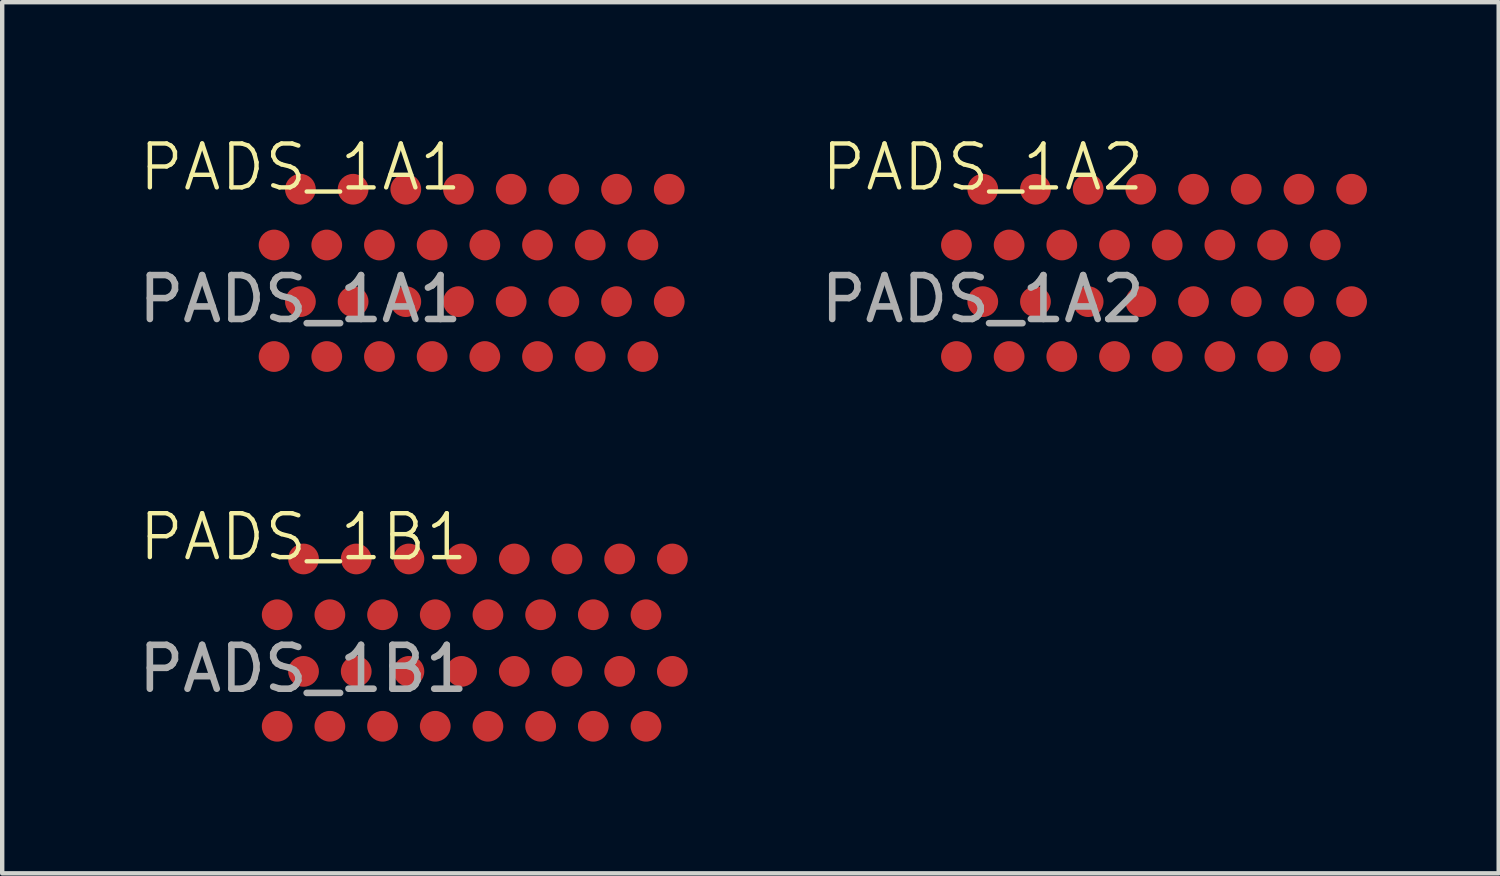
<source format=kicad_pcb>
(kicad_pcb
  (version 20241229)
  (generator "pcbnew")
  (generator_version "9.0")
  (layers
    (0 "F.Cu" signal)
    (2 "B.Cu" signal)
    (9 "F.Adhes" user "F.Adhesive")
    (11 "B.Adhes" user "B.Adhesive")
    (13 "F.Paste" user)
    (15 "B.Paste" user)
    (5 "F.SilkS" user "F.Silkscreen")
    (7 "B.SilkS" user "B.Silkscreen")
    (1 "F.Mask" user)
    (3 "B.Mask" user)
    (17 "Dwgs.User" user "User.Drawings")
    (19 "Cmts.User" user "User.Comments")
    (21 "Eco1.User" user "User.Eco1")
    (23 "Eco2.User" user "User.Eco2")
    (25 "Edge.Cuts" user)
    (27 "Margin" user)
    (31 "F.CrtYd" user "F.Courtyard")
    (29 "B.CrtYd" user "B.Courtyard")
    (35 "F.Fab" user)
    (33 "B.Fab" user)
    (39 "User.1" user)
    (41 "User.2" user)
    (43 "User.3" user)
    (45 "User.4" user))
  (footprint "PADS_1B1"
    (layer "F.Cu")
    (at 3.863 9.681)
    (property "Reference" "PADS_1B1" (at 0 -0.5 0) (unlocked yes) (layer "F.SilkS") (effects (font (size 1 1) (thickness 0.1))))
    (attr smd)
    (fp_text user "${REFERENCE}" (at 0 2.5 0) (unlocked yes) (layer "F.Fab") (effects (font (size 1 1) (thickness 0.15))))
    (pad "1B1" smd circle (at -0.6 3.81) (size 0.7 0.7) (layers "F.Cu" "F.Mask" "F.Paste"))
    (pad "1B2" smd circle (at -0.6 1.27) (size 0.7 0.7) (layers "F.Cu" "F.Mask" "F.Paste"))
    (pad "1B3" smd circle (at 0 2.56) (size 0.7 0.7) (layers "F.Cu" "F.Mask" "F.Paste"))
    (pad "1B4" smd circle (at 0 0) (size 0.7 0.7) (layers "F.Cu" "F.Mask" "F.Paste"))
    (pad "1B5" smd circle (at 0.6 3.81) (size 0.7 0.7) (layers "F.Cu" "F.Mask" "F.Paste"))
    (pad "1B6" smd circle (at 0.6 1.27) (size 0.7 0.7) (layers "F.Cu" "F.Mask" "F.Paste"))
    (pad "1B7" smd circle (at 1.2 2.56) (size 0.7 0.7) (layers "F.Cu" "F.Mask" "F.Paste"))
    (pad "1B8" smd circle (at 1.2 0) (size 0.7 0.7) (layers "F.Cu" "F.Mask" "F.Paste"))
    (pad "1B9" smd circle (at 1.8 3.81) (size 0.7 0.7) (layers "F.Cu" "F.Mask" "F.Paste"))
    (pad "1B10" smd circle (at 1.8 1.27) (size 0.7 0.7) (layers "F.Cu" "F.Mask" "F.Paste"))
    (pad "1B11" smd circle (at 2.4 2.56) (size 0.7 0.7) (layers "F.Cu" "F.Mask" "F.Paste"))
    (pad "1B12" smd circle (at 2.4 0) (size 0.7 0.7) (layers "F.Cu" "F.Mask" "F.Paste"))
    (pad "1B13" smd circle (at 3 3.81) (size 0.7 0.7) (layers "F.Cu" "F.Mask" "F.Paste"))
    (pad "1B14" smd circle (at 3 1.27) (size 0.7 0.7) (layers "F.Cu" "F.Mask" "F.Paste"))
    (pad "1B15" smd circle (at 3.6 2.56) (size 0.7 0.7) (layers "F.Cu" "F.Mask" "F.Paste"))
    (pad "1B16" smd circle (at 3.6 0) (size 0.7 0.7) (layers "F.Cu" "F.Mask" "F.Paste"))
    (pad "1B17" smd circle (at 4.2 3.81) (size 0.7 0.7) (layers "F.Cu" "F.Mask" "F.Paste"))
    (pad "1B18" smd circle (at 4.2 1.27) (size 0.7 0.7) (layers "F.Cu" "F.Mask" "F.Paste"))
    (pad "1B19" smd circle (at 4.8 2.56) (size 0.7 0.7) (layers "F.Cu" "F.Mask" "F.Paste"))
    (pad "1B20" smd circle (at 4.8 0) (size 0.7 0.7) (layers "F.Cu" "F.Mask" "F.Paste"))
    (pad "1B21" smd circle (at 5.4 3.81) (size 0.7 0.7) (layers "F.Cu" "F.Mask" "F.Paste"))
    (pad "1B22" smd circle (at 5.4 1.27) (size 0.7 0.7) (layers "F.Cu" "F.Mask" "F.Paste"))
    (pad "1B23" smd circle (at 6 2.56) (size 0.7 0.7) (layers "F.Cu" "F.Mask" "F.Paste"))
    (pad "1B24" smd circle (at 6 0) (size 0.7 0.7) (layers "F.Cu" "F.Mask" "F.Paste"))
    (pad "1B25" smd circle (at 6.6 3.81) (size 0.7 0.7) (layers "F.Cu" "F.Mask" "F.Paste"))
    (pad "1B26" smd circle (at 6.6 1.27) (size 0.7 0.7) (layers "F.Cu" "F.Mask" "F.Paste"))
    (pad "1B27" smd circle (at 7.2 2.56) (size 0.7 0.7) (layers "F.Cu" "F.Mask" "F.Paste"))
    (pad "1B28" smd circle (at 7.2 0) (size 0.7 0.7) (layers "F.Cu" "F.Mask" "F.Paste"))
    (pad "1B29" smd circle (at 7.8 3.81) (size 0.7 0.7) (layers "F.Cu" "F.Mask" "F.Paste"))
    (pad "1B30" smd circle (at 7.8 1.27) (size 0.7 0.7) (layers "F.Cu" "F.Mask" "F.Paste"))
    (pad "1B31" smd circle (at 8.4 2.56) (size 0.7 0.7) (layers "F.Cu" "F.Mask" "F.Paste"))
    (pad "1B32" smd circle (at 8.4 0) (size 0.7 0.7) (layers "F.Cu" "F.Mask" "F.Paste")))
  (footprint "PADS_1A2"
    (layer "F.Cu")
    (at 19.333 1.26)
    (property "Reference" "PADS_1A2" (at 0 -0.5 0) (unlocked yes) (layer "F.SilkS") (effects (font (size 1 1) (thickness 0.1))))
    (attr smd)
    (fp_text user "${REFERENCE}" (at 0 2.5 0) (unlocked yes) (layer "F.Fab") (effects (font (size 1 1) (thickness 0.15))))
    (pad "1A33" smd circle (at -0.6 3.81) (size 0.7 0.7) (layers "F.Cu" "F.Mask" "F.Paste"))
    (pad "1A34" smd circle (at -0.6 1.27) (size 0.7 0.7) (layers "F.Cu" "F.Mask" "F.Paste"))
    (pad "1A35" smd circle (at 0 2.56) (size 0.7 0.7) (layers "F.Cu" "F.Mask" "F.Paste"))
    (pad "1A36" smd circle (at 0 0) (size 0.7 0.7) (layers "F.Cu" "F.Mask" "F.Paste"))
    (pad "1A37" smd circle (at 0.6 3.81) (size 0.7 0.7) (layers "F.Cu" "F.Mask" "F.Paste"))
    (pad "1A38" smd circle (at 0.6 1.27) (size 0.7 0.7) (layers "F.Cu" "F.Mask" "F.Paste"))
    (pad "1A39" smd circle (at 1.2 2.56) (size 0.7 0.7) (layers "F.Cu" "F.Mask" "F.Paste"))
    (pad "1A40" smd circle (at 1.2 0) (size 0.7 0.7) (layers "F.Cu" "F.Mask" "F.Paste"))
    (pad "1A41" smd circle (at 1.8 3.81) (size 0.7 0.7) (layers "F.Cu" "F.Mask" "F.Paste"))
    (pad "1A42" smd circle (at 1.8 1.27) (size 0.7 0.7) (layers "F.Cu" "F.Mask" "F.Paste"))
    (pad "1A43" smd circle (at 2.4 2.56) (size 0.7 0.7) (layers "F.Cu" "F.Mask" "F.Paste"))
    (pad "1A44" smd circle (at 2.4 0) (size 0.7 0.7) (layers "F.Cu" "F.Mask" "F.Paste"))
    (pad "1A45" smd circle (at 3 3.81) (size 0.7 0.7) (layers "F.Cu" "F.Mask" "F.Paste"))
    (pad "1A46" smd circle (at 3 1.27) (size 0.7 0.7) (layers "F.Cu" "F.Mask" "F.Paste"))
    (pad "1A47" smd circle (at 3.6 2.56) (size 0.7 0.7) (layers "F.Cu" "F.Mask" "F.Paste"))
    (pad "1A48" smd circle (at 3.6 0) (size 0.7 0.7) (layers "F.Cu" "F.Mask" "F.Paste"))
    (pad "1A49" smd circle (at 4.2 3.81) (size 0.7 0.7) (layers "F.Cu" "F.Mask" "F.Paste"))
    (pad "1A50" smd circle (at 4.2 1.27) (size 0.7 0.7) (layers "F.Cu" "F.Mask" "F.Paste"))
    (pad "1A51" smd circle (at 4.8 2.56) (size 0.7 0.7) (layers "F.Cu" "F.Mask" "F.Paste"))
    (pad "1A52" smd circle (at 4.8 0) (size 0.7 0.7) (layers "F.Cu" "F.Mask" "F.Paste"))
    (pad "1A53" smd circle (at 5.4 3.81) (size 0.7 0.7) (layers "F.Cu" "F.Mask" "F.Paste"))
    (pad "1A54" smd circle (at 5.4 1.27) (size 0.7 0.7) (layers "F.Cu" "F.Mask" "F.Paste"))
    (pad "1A55" smd circle (at 6 2.56) (size 0.7 0.7) (layers "F.Cu" "F.Mask" "F.Paste"))
    (pad "1A56" smd circle (at 6 0) (size 0.7 0.7) (layers "F.Cu" "F.Mask" "F.Paste"))
    (pad "1A57" smd circle (at 6.6 3.81) (size 0.7 0.7) (layers "F.Cu" "F.Mask" "F.Paste"))
    (pad "1A58" smd circle (at 6.6 1.27) (size 0.7 0.7) (layers "F.Cu" "F.Mask" "F.Paste"))
    (pad "1A59" smd circle (at 7.2 2.56) (size 0.7 0.7) (layers "F.Cu" "F.Mask" "F.Paste"))
    (pad "1A60" smd circle (at 7.2 0) (size 0.7 0.7) (layers "F.Cu" "F.Mask" "F.Paste"))
    (pad "1A61" smd circle (at 7.8 3.81) (size 0.7 0.7) (layers "F.Cu" "F.Mask" "F.Paste"))
    (pad "1A62" smd circle (at 7.8 1.27) (size 0.7 0.7) (layers "F.Cu" "F.Mask" "F.Paste"))
    (pad "1A63" smd circle (at 8.4 2.56) (size 0.7 0.7) (layers "F.Cu" "F.Mask" "F.Paste"))
    (pad "1A64" smd circle (at 8.4 0) (size 0.7 0.7) (layers "F.Cu" "F.Mask" "F.Paste")))
  (footprint "PADS_1A1"
    (layer "F.Cu")
    (at 3.792 1.26)
    (property "Reference" "PADS_1A1" (at 0 -0.5 0) (unlocked yes) (layer "F.SilkS") (effects (font (size 1 1) (thickness 0.1))))
    (attr smd)
    (fp_text user "${REFERENCE}" (at 0 2.5 0) (unlocked yes) (layer "F.Fab") (effects (font (size 1 1) (thickness 0.15))))
    (pad "1A1" smd circle (at -0.6 3.81) (size 0.7 0.7) (layers "F.Cu" "F.Mask" "F.Paste"))
    (pad "1A2" smd circle (at -0.6 1.27) (size 0.7 0.7) (layers "F.Cu" "F.Mask" "F.Paste"))
    (pad "1A3" smd circle (at 0 2.56) (size 0.7 0.7) (layers "F.Cu" "F.Mask" "F.Paste"))
    (pad "1A4" smd circle (at 0 0) (size 0.7 0.7) (layers "F.Cu" "F.Mask" "F.Paste"))
    (pad "1A5" smd circle (at 0.6 3.81) (size 0.7 0.7) (layers "F.Cu" "F.Mask" "F.Paste"))
    (pad "1A6" smd circle (at 0.6 1.27) (size 0.7 0.7) (layers "F.Cu" "F.Mask" "F.Paste"))
    (pad "1A7" smd circle (at 1.2 2.56) (size 0.7 0.7) (layers "F.Cu" "F.Mask" "F.Paste"))
    (pad "1A8" smd circle (at 1.2 0) (size 0.7 0.7) (layers "F.Cu" "F.Mask" "F.Paste"))
    (pad "1A9" smd circle (at 1.8 3.81) (size 0.7 0.7) (layers "F.Cu" "F.Mask" "F.Paste"))
    (pad "1A10" smd circle (at 1.8 1.27) (size 0.7 0.7) (layers "F.Cu" "F.Mask" "F.Paste"))
    (pad "1A11" smd circle (at 2.4 2.56) (size 0.7 0.7) (layers "F.Cu" "F.Mask" "F.Paste"))
    (pad "1A12" smd circle (at 2.4 0) (size 0.7 0.7) (layers "F.Cu" "F.Mask" "F.Paste"))
    (pad "1A13" smd circle (at 3 3.81) (size 0.7 0.7) (layers "F.Cu" "F.Mask" "F.Paste"))
    (pad "1A14" smd circle (at 3 1.27) (size 0.7 0.7) (layers "F.Cu" "F.Mask" "F.Paste"))
    (pad "1A15" smd circle (at 3.6 2.56) (size 0.7 0.7) (layers "F.Cu" "F.Mask" "F.Paste"))
    (pad "1A16" smd circle (at 3.6 0) (size 0.7 0.7) (layers "F.Cu" "F.Mask" "F.Paste"))
    (pad "1A17" smd circle (at 4.2 3.81) (size 0.7 0.7) (layers "F.Cu" "F.Mask" "F.Paste"))
    (pad "1A18" smd circle (at 4.2 1.27) (size 0.7 0.7) (layers "F.Cu" "F.Mask" "F.Paste"))
    (pad "1A19" smd circle (at 4.8 2.56) (size 0.7 0.7) (layers "F.Cu" "F.Mask" "F.Paste"))
    (pad "1A20" smd circle (at 4.8 0) (size 0.7 0.7) (layers "F.Cu" "F.Mask" "F.Paste"))
    (pad "1A21" smd circle (at 5.4 3.81) (size 0.7 0.7) (layers "F.Cu" "F.Mask" "F.Paste"))
    (pad "1A22" smd circle (at 5.4 1.27) (size 0.7 0.7) (layers "F.Cu" "F.Mask" "F.Paste"))
    (pad "1A23" smd circle (at 6 2.56) (size 0.7 0.7) (layers "F.Cu" "F.Mask" "F.Paste"))
    (pad "1A24" smd circle (at 6 0) (size 0.7 0.7) (layers "F.Cu" "F.Mask" "F.Paste"))
    (pad "1A25" smd circle (at 6.6 3.81) (size 0.7 0.7) (layers "F.Cu" "F.Mask" "F.Paste"))
    (pad "1A26" smd circle (at 6.6 1.27) (size 0.7 0.7) (layers "F.Cu" "F.Mask" "F.Paste"))
    (pad "1A27" smd circle (at 7.2 2.56) (size 0.7 0.7) (layers "F.Cu" "F.Mask" "F.Paste"))
    (pad "1A28" smd circle (at 7.2 0) (size 0.7 0.7) (layers "F.Cu" "F.Mask" "F.Paste"))
    (pad "1A29" smd circle (at 7.8 3.81) (size 0.7 0.7) (layers "F.Cu" "F.Mask" "F.Paste"))
    (pad "1A30" smd circle (at 7.8 1.27) (size 0.7 0.7) (layers "F.Cu" "F.Mask" "F.Paste"))
    (pad "1A31" smd circle (at 8.4 2.56) (size 0.7 0.7) (layers "F.Cu" "F.Mask" "F.Paste"))
    (pad "1A32" smd circle (at 8.4 0) (size 0.7 0.7) (layers "F.Cu" "F.Mask" "F.Paste")))
  (gr_rect
    (start -3 -3)
    (end 31.083 16.841)
    (stroke (width 0.1) (type default))
    (fill no)
    (layer "Edge.Cuts")))
</source>
